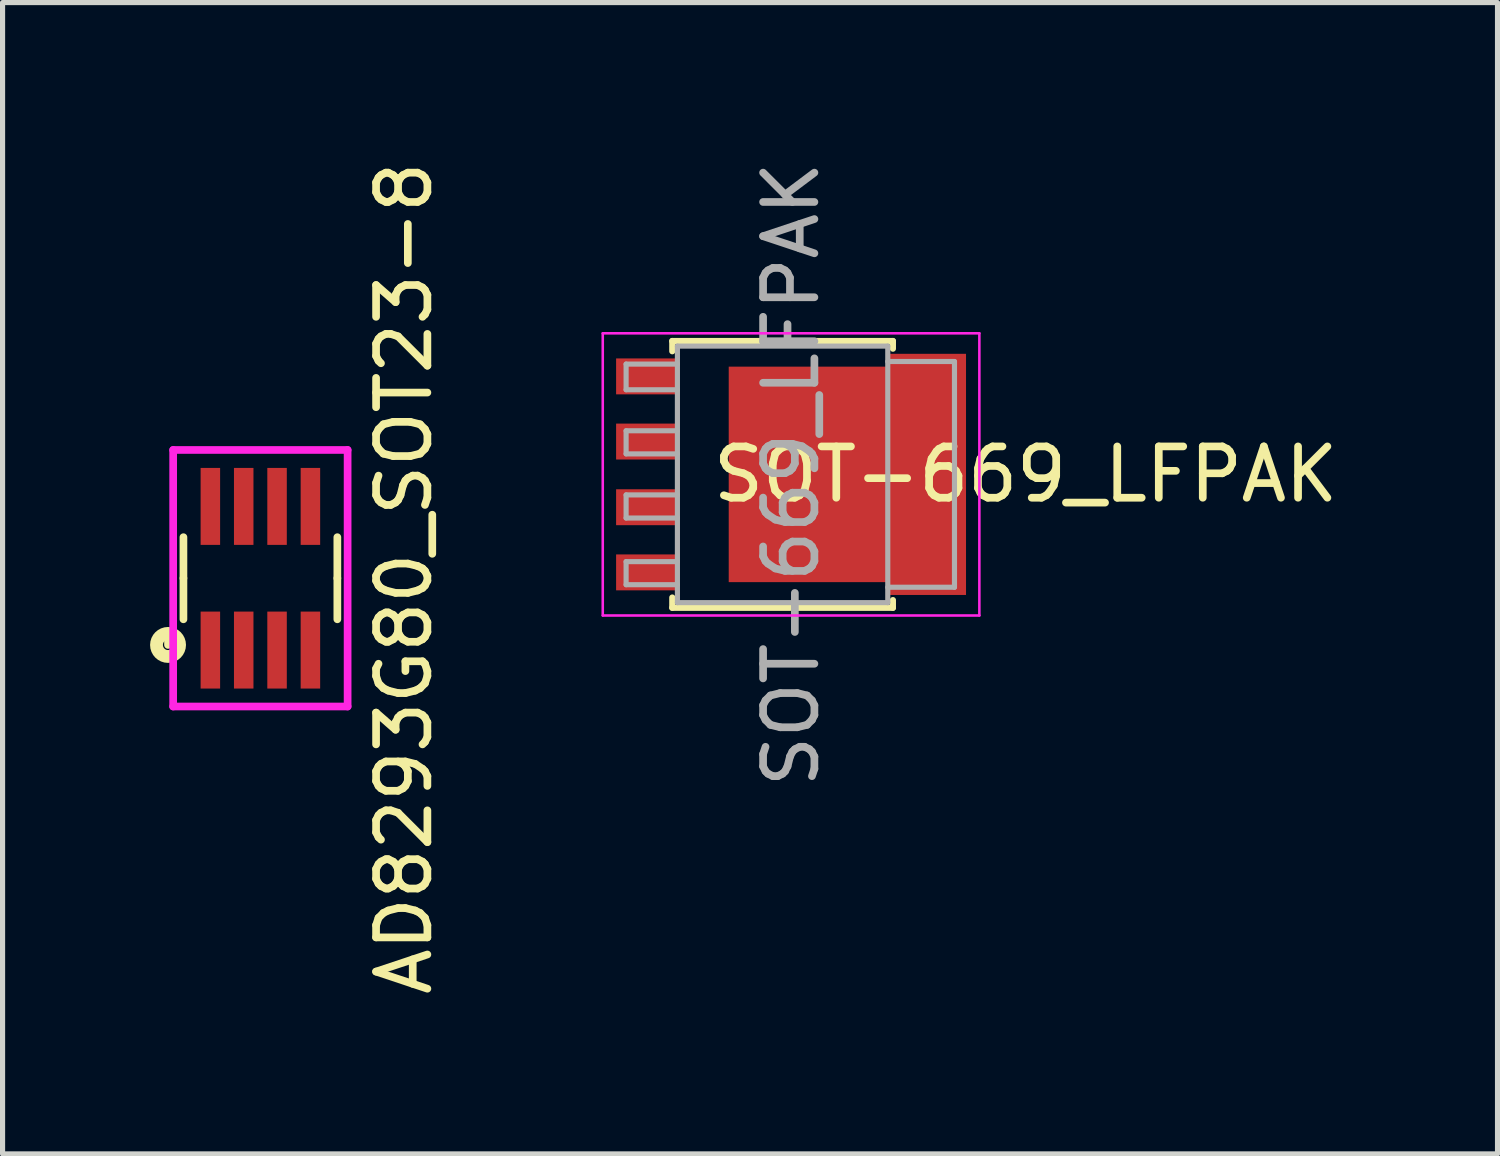
<source format=kicad_pcb>
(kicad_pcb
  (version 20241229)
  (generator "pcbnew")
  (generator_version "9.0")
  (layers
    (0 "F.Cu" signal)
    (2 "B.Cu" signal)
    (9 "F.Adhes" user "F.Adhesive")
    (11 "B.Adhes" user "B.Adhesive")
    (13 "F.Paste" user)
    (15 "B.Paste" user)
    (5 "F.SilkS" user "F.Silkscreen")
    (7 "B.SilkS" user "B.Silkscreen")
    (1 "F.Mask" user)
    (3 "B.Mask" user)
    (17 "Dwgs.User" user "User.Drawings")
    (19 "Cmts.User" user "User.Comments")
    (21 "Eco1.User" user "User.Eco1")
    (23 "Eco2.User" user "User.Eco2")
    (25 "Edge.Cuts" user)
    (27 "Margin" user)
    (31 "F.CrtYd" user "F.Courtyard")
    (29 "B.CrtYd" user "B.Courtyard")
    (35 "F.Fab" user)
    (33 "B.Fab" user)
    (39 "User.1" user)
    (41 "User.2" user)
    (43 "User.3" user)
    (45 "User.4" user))
  (footprint "SOT-669_LFPAK"
    (layer "F.Cu")
    (at 12.368 6.196)
    (property "Reference" "SOT-669_LFPAK" (at 4.572 0 0) (layer "F.SilkS") (effects (font (size 1 1) (thickness 0.15))))
    (attr smd)
    (fp_line (start -2.315 -2.6) (end -2.315 -2.4) (stroke (width 0.12) (type solid)) (layer "F.SilkS"))
    (fp_line (start -2.315 2.4) (end -2.315 2.6) (stroke (width 0.12) (type solid)) (layer "F.SilkS"))
    (fp_line (start -2.315 2.6) (end 1.985 2.6) (stroke (width 0.12) (type solid)) (layer "F.SilkS"))
    (fp_line (start 1.985 -2.6) (end -2.315 -2.6) (stroke (width 0.12) (type solid)) (layer "F.SilkS"))
    (fp_line (start 1.985 -2.45) (end 1.985 -2.6) (stroke (width 0.12) (type solid)) (layer "F.SilkS"))
    (fp_line (start 1.985 2.6) (end 1.985 2.45) (stroke (width 0.12) (type solid)) (layer "F.SilkS"))
    (fp_line (start -3.67 2.75) (end -3.67 -2.75) (stroke (width 0.05) (type solid)) (layer "F.CrtYd"))
    (fp_line (start -3.67 2.75) (end 3.67 2.75) (stroke (width 0.05) (type solid)) (layer "F.CrtYd"))
    (fp_line (start 3.67 -2.75) (end -3.67 -2.75) (stroke (width 0.05) (type solid)) (layer "F.CrtYd"))
    (fp_line (start 3.67 -2.75) (end 3.67 2.75) (stroke (width 0.05) (type solid)) (layer "F.CrtYd"))
    (fp_line (start -3.215 -2.15) (end -3.215 -1.65) (stroke (width 0.1) (type solid)) (layer "F.Fab"))
    (fp_line (start -3.215 -2.15) (end -2.215 -2.15) (stroke (width 0.1) (type solid)) (layer "F.Fab"))
    (fp_line (start -3.215 -1.65) (end -2.215 -1.65) (stroke (width 0.1) (type solid)) (layer "F.Fab"))
    (fp_line (start -3.215 -0.85) (end -3.215 -0.4) (stroke (width 0.1) (type solid)) (layer "F.Fab"))
    (fp_line (start -3.215 -0.4) (end -2.215 -0.4) (stroke (width 0.1) (type solid)) (layer "F.Fab"))
    (fp_line (start -3.215 0.4) (end -3.215 0.85) (stroke (width 0.1) (type solid)) (layer "F.Fab"))
    (fp_line (start -3.215 0.85) (end -2.215 0.85) (stroke (width 0.1) (type solid)) (layer "F.Fab"))
    (fp_line (start -3.215 1.7) (end -3.215 2.15) (stroke (width 0.1) (type solid)) (layer "F.Fab"))
    (fp_line (start -3.215 2.15) (end -2.215 2.15) (stroke (width 0.1) (type solid)) (layer "F.Fab"))
    (fp_line (start -2.215 -2.5) (end -2.215 2.5) (stroke (width 0.1) (type solid)) (layer "F.Fab"))
    (fp_line (start -2.215 -0.85) (end -3.215 -0.85) (stroke (width 0.1) (type solid)) (layer "F.Fab"))
    (fp_line (start -2.215 0.4) (end -3.215 0.4) (stroke (width 0.1) (type solid)) (layer "F.Fab"))
    (fp_line (start -2.215 1.7) (end -3.215 1.7) (stroke (width 0.1) (type solid)) (layer "F.Fab"))
    (fp_line (start -2.215 2.5) (end 1.885 2.5) (stroke (width 0.1) (type solid)) (layer "F.Fab"))
    (fp_line (start 1.885 -2.5) (end -2.215 -2.5) (stroke (width 0.1) (type solid)) (layer "F.Fab"))
    (fp_line (start 1.885 2.5) (end 1.885 -2.5) (stroke (width 0.1) (type solid)) (layer "F.Fab"))
    (fp_line (start 3.185 -2.2) (end 1.885 -2.2) (stroke (width 0.1) (type solid)) (layer "F.Fab"))
    (fp_line (start 3.185 -2.2) (end 3.185 2.2) (stroke (width 0.1) (type solid)) (layer "F.Fab"))
    (fp_line (start 3.185 2.2) (end 1.885 2.2) (stroke (width 0.1) (type solid)) (layer "F.Fab"))
    (fp_text user "${REFERENCE}" (at 0 0 90) (layer "F.Fab") (effects (font (size 1 1) (thickness 0.15))))
    (pad "1" smd rect (at -2.835 -1.91 270) (size 0.7 1.15) (layers "F.Cu" "F.Mask" "F.Paste"))
    (pad "2" smd rect (at -2.835 -0.64 270) (size 0.7 1.15) (layers "F.Cu" "F.Mask" "F.Paste"))
    (pad "3" smd rect (at -2.835 0.64 270) (size 0.7 1.15) (layers "F.Cu" "F.Mask" "F.Paste"))
    (pad "4" smd rect (at -2.835 1.91 270) (size 0.7 1.15) (layers "F.Cu" "F.Mask" "F.Paste"))
    (pad "5" smd rect (at -0.665 -1.15) (size 0.6 0.9) (layers "F.Cu" "F.Mask" "F.Paste"))
    (pad "5" smd rect (at -0.665 0) (size 0.6 0.9) (layers "F.Cu" "F.Mask" "F.Paste"))
    (pad "5" smd rect (at -0.665 1.15) (size 0.6 0.9) (layers "F.Cu" "F.Mask" "F.Paste"))
    (pad "5" smd rect (at 0.185 -1.15) (size 0.6 0.9) (layers "F.Cu" "F.Mask" "F.Paste"))
    (pad "5" smd rect (at 0.185 0) (size 0.6 0.9) (layers "F.Cu" "F.Mask" "F.Paste"))
    (pad "5" smd rect (at 0.185 1.15) (size 0.6 0.9) (layers "F.Cu" "F.Mask" "F.Paste"))
    (pad "5" smd rect (at 0.435 0 270) (size 4.2 3.3) (layers "F.Cu" "F.Mask" "F.Paste"))
    (pad "5" smd rect (at 1.035 -1.15) (size 0.6 0.9) (layers "F.Cu" "F.Mask" "F.Paste"))
    (pad "5" smd rect (at 1.035 0) (size 0.6 0.9) (layers "F.Cu" "F.Mask" "F.Paste"))
    (pad "5" smd rect (at 1.035 1.15) (size 0.6 0.9) (layers "F.Cu" "F.Mask" "F.Paste"))
    (pad "5" smd rect (at 2.635 0 270) (size 4.7 1.55) (layers "F.Cu" "F.Mask" "F.Paste"))
    (pad "5" smd rect (at 2.885 -1.88 270) (size 0.6 0.9) (layers "F.Cu" "F.Mask" "F.Paste"))
    (pad "5" smd rect (at 2.885 -0.6 270) (size 0.6 0.9) (layers "F.Cu" "F.Mask" "F.Paste"))
    (pad "5" smd rect (at 2.885 0.6 270) (size 0.6 0.9) (layers "F.Cu" "F.Mask" "F.Paste"))
    (pad "5" smd rect (at 2.885 1.88 270) (size 0.6 0.9) (layers "F.Cu" "F.Mask" "F.Paste")))
  (footprint "AD8293G80_SOT23-8"
    (layer "F.Cu")
    (at 2.025 8.22)
    (property "Reference" "AD8293G80_SOT23-8" (at 2.8 0 90) (layer "F.SilkS") (effects (font (size 1 1) (thickness 0.15))))
    (attr through_hole)
    (fp_line (start -1.8 1.2) (end -1.8 1.3) (stroke (width 0.15) (type solid)) (layer "F.SilkS"))
    (fp_line (start -1.5 0) (end -1.5 -0.8) (stroke (width 0.15) (type solid)) (layer "F.SilkS"))
    (fp_line (start -1.5 0.8) (end -1.5 0) (stroke (width 0.15) (type solid)) (layer "F.SilkS"))
    (fp_line (start 1.5 0) (end 1.5 -0.8) (stroke (width 0.15) (type solid)) (layer "F.SilkS"))
    (fp_line (start 1.5 0.8) (end 1.5 0) (stroke (width 0.15) (type solid)) (layer "F.SilkS"))
    (fp_circle (center -1.8 1.3) (end -1.8 1.4) (stroke (width 0.25) (type solid)) (fill no) (layer "F.SilkS"))
    (fp_line (start -1.7 -2.5) (end -1.7 2.5) (stroke (width 0.15) (type solid)) (layer "F.CrtYd"))
    (fp_line (start -1.7 2.5) (end 1.7 2.5) (stroke (width 0.15) (type solid)) (layer "F.CrtYd"))
    (fp_line (start 1.7 -2.5) (end -1.7 -2.5) (stroke (width 0.15) (type solid)) (layer "F.CrtYd"))
    (fp_line (start 1.7 2.5) (end 1.7 -2.5) (stroke (width 0.15) (type solid)) (layer "F.CrtYd"))
    (pad "1" smd rect (at -0.975 1.4) (size 0.38 1.5) (layers "F.Cu" "F.Mask" "F.Paste"))
    (pad "2" smd rect (at -0.325 1.4) (size 0.38 1.5) (layers "F.Cu" "F.Mask" "F.Paste"))
    (pad "3" smd rect (at 0.325 1.4) (size 0.38 1.5) (layers "F.Cu" "F.Mask" "F.Paste"))
    (pad "4" smd rect (at 0.975 1.4) (size 0.38 1.5) (layers "F.Cu" "F.Mask" "F.Paste"))
    (pad "5" smd rect (at 0.975 -1.4) (size 0.38 1.5) (layers "F.Cu" "F.Mask" "F.Paste"))
    (pad "6" smd rect (at 0.325 -1.4) (size 0.38 1.5) (layers "F.Cu" "F.Mask" "F.Paste"))
    (pad "7" smd rect (at -0.325 -1.4) (size 0.38 1.5) (layers "F.Cu" "F.Mask" "F.Paste"))
    (pad "8" smd rect (at -0.975 -1.4) (size 0.38 1.5) (layers "F.Cu" "F.Mask" "F.Paste")))
  (gr_rect
    (start -3 -3)
    (end 26.137 19.44)
    (stroke (width 0.1) (type default))
    (fill no)
    (layer "Edge.Cuts")))
</source>
